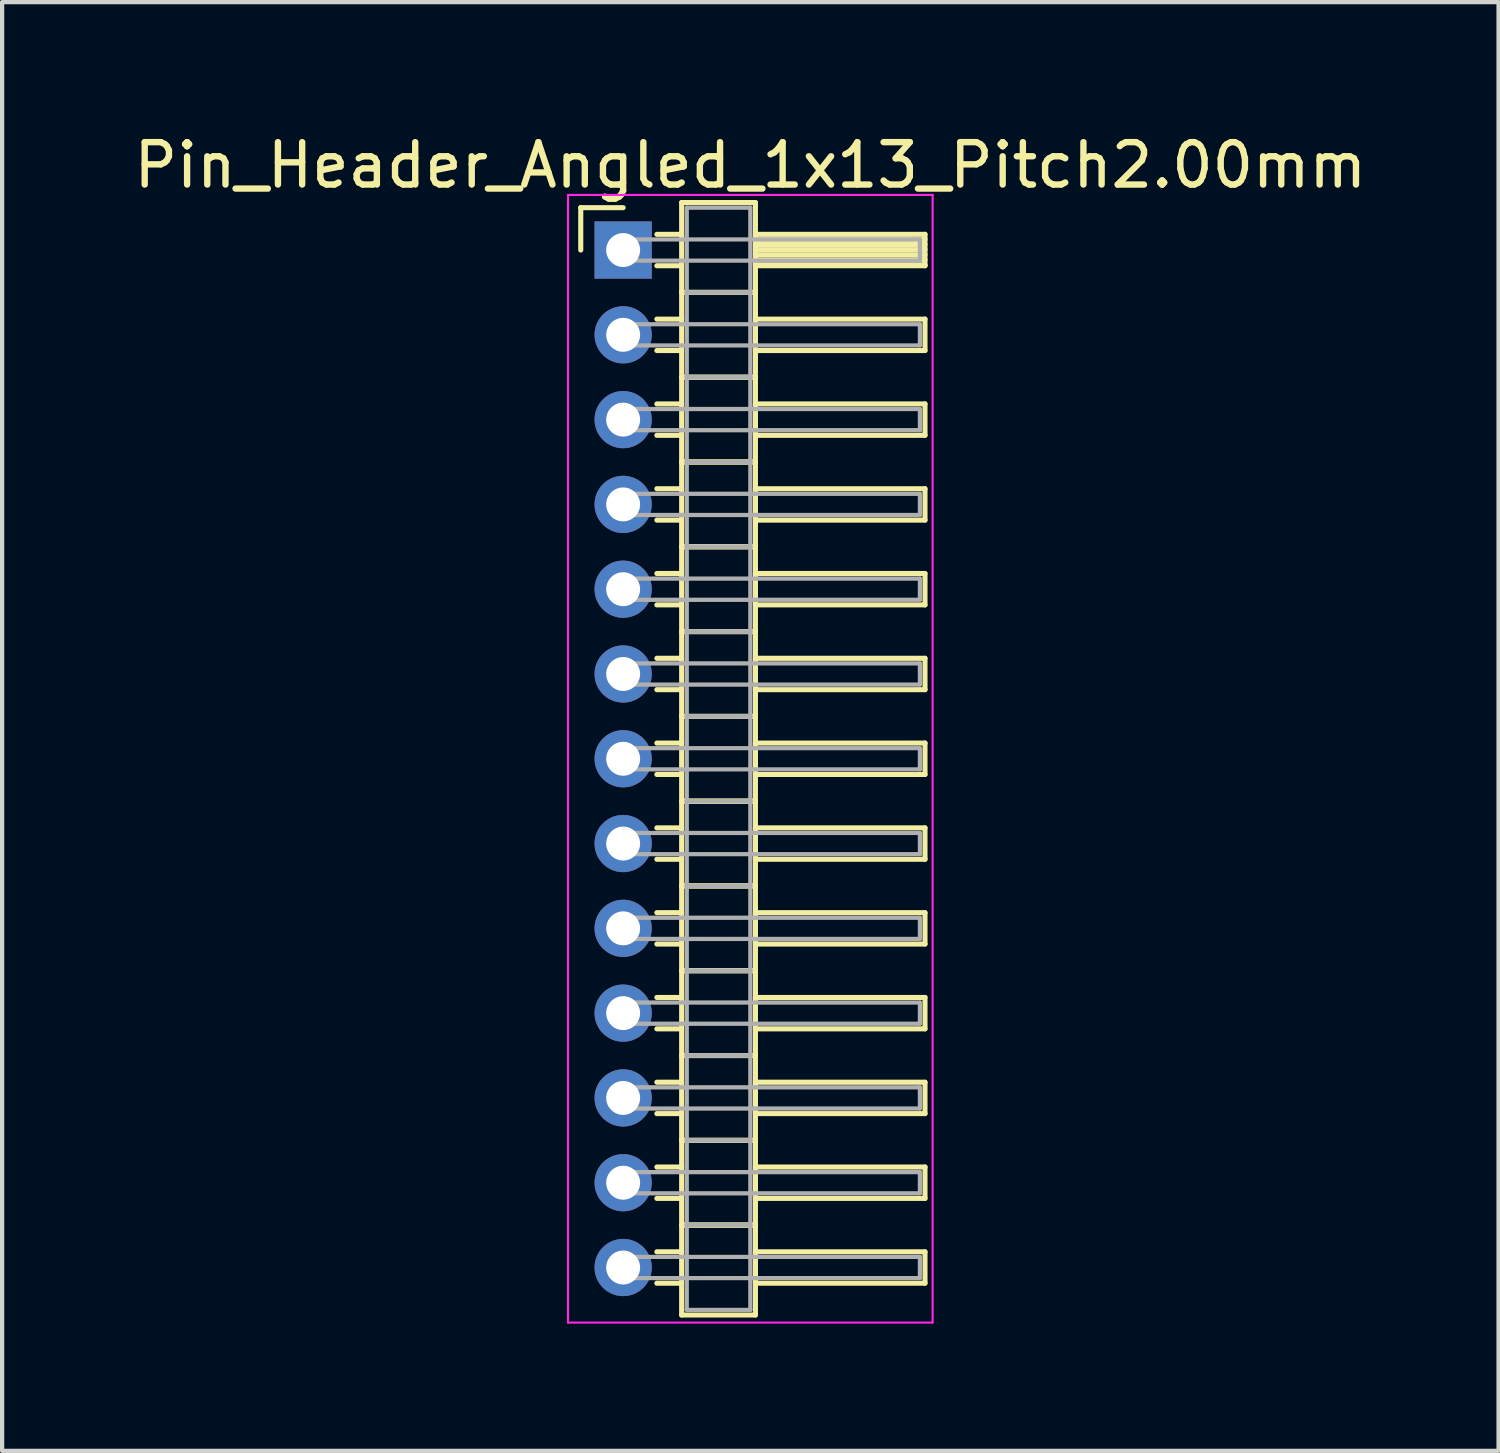
<source format=kicad_pcb>
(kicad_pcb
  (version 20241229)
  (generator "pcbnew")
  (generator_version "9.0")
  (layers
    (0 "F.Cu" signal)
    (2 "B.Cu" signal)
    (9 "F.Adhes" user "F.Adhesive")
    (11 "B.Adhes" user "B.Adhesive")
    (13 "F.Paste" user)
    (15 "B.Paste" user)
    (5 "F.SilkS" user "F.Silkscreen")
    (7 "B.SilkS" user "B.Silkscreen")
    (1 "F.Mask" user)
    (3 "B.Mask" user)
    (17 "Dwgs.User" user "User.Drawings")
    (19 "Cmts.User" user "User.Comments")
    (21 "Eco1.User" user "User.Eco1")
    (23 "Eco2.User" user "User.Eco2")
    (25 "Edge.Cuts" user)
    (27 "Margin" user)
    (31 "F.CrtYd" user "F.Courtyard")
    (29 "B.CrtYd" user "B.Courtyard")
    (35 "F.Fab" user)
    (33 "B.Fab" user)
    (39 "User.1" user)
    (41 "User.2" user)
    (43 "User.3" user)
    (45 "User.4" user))
  (footprint "Pin_Header_Angled_1x13_Pitch2.00mm"
    (layer "F.Cu")
    (at 11.649 2.848)
    (property "Reference" "Pin_Header_Angled_1x13_Pitch2.00mm" (at 3 -2 0) (layer "F.SilkS") (effects (font (size 1 1) (thickness 0.15))))
    (attr through_hole)
    (fp_line (start -1 -1) (end 0 -1) (stroke (width 0.12) (type solid)) (layer "F.SilkS"))
    (fp_line (start -1 0) (end -1 -1) (stroke (width 0.12) (type solid)) (layer "F.SilkS"))
    (fp_line (start 0.795 -0.37) (end 1.38 -0.37) (stroke (width 0.12) (type solid)) (layer "F.SilkS"))
    (fp_line (start 0.795 0.37) (end 1.38 0.37) (stroke (width 0.12) (type solid)) (layer "F.SilkS"))
    (fp_line (start 0.795 1.63) (end 1.38 1.63) (stroke (width 0.12) (type solid)) (layer "F.SilkS"))
    (fp_line (start 0.795 2.37) (end 1.38 2.37) (stroke (width 0.12) (type solid)) (layer "F.SilkS"))
    (fp_line (start 0.795 3.63) (end 1.38 3.63) (stroke (width 0.12) (type solid)) (layer "F.SilkS"))
    (fp_line (start 0.795 4.37) (end 1.38 4.37) (stroke (width 0.12) (type solid)) (layer "F.SilkS"))
    (fp_line (start 0.795 5.63) (end 1.38 5.63) (stroke (width 0.12) (type solid)) (layer "F.SilkS"))
    (fp_line (start 0.795 6.37) (end 1.38 6.37) (stroke (width 0.12) (type solid)) (layer "F.SilkS"))
    (fp_line (start 0.795 7.63) (end 1.38 7.63) (stroke (width 0.12) (type solid)) (layer "F.SilkS"))
    (fp_line (start 0.795 8.37) (end 1.38 8.37) (stroke (width 0.12) (type solid)) (layer "F.SilkS"))
    (fp_line (start 0.795 9.63) (end 1.38 9.63) (stroke (width 0.12) (type solid)) (layer "F.SilkS"))
    (fp_line (start 0.795 10.37) (end 1.38 10.37) (stroke (width 0.12) (type solid)) (layer "F.SilkS"))
    (fp_line (start 0.795 11.63) (end 1.38 11.63) (stroke (width 0.12) (type solid)) (layer "F.SilkS"))
    (fp_line (start 0.795 12.37) (end 1.38 12.37) (stroke (width 0.12) (type solid)) (layer "F.SilkS"))
    (fp_line (start 0.795 13.63) (end 1.38 13.63) (stroke (width 0.12) (type solid)) (layer "F.SilkS"))
    (fp_line (start 0.795 14.37) (end 1.38 14.37) (stroke (width 0.12) (type solid)) (layer "F.SilkS"))
    (fp_line (start 0.795 15.63) (end 1.38 15.63) (stroke (width 0.12) (type solid)) (layer "F.SilkS"))
    (fp_line (start 0.795 16.37) (end 1.38 16.37) (stroke (width 0.12) (type solid)) (layer "F.SilkS"))
    (fp_line (start 0.795 17.63) (end 1.38 17.63) (stroke (width 0.12) (type solid)) (layer "F.SilkS"))
    (fp_line (start 0.795 18.37) (end 1.38 18.37) (stroke (width 0.12) (type solid)) (layer "F.SilkS"))
    (fp_line (start 0.795 19.63) (end 1.38 19.63) (stroke (width 0.12) (type solid)) (layer "F.SilkS"))
    (fp_line (start 0.795 20.37) (end 1.38 20.37) (stroke (width 0.12) (type solid)) (layer "F.SilkS"))
    (fp_line (start 0.795 21.63) (end 1.38 21.63) (stroke (width 0.12) (type solid)) (layer "F.SilkS"))
    (fp_line (start 0.795 22.37) (end 1.38 22.37) (stroke (width 0.12) (type solid)) (layer "F.SilkS"))
    (fp_line (start 0.795 23.63) (end 1.38 23.63) (stroke (width 0.12) (type solid)) (layer "F.SilkS"))
    (fp_line (start 0.795 24.37) (end 1.38 24.37) (stroke (width 0.12) (type solid)) (layer "F.SilkS"))
    (fp_line (start 1.38 -1.12) (end 1.38 1) (stroke (width 0.12) (type solid)) (layer "F.SilkS"))
    (fp_line (start 1.38 1) (end 1.38 3) (stroke (width 0.12) (type solid)) (layer "F.SilkS"))
    (fp_line (start 1.38 1) (end 3.12 1) (stroke (width 0.12) (type solid)) (layer "F.SilkS"))
    (fp_line (start 1.38 3) (end 1.38 5) (stroke (width 0.12) (type solid)) (layer "F.SilkS"))
    (fp_line (start 1.38 3) (end 3.12 3) (stroke (width 0.12) (type solid)) (layer "F.SilkS"))
    (fp_line (start 1.38 5) (end 1.38 7) (stroke (width 0.12) (type solid)) (layer "F.SilkS"))
    (fp_line (start 1.38 5) (end 3.12 5) (stroke (width 0.12) (type solid)) (layer "F.SilkS"))
    (fp_line (start 1.38 7) (end 1.38 9) (stroke (width 0.12) (type solid)) (layer "F.SilkS"))
    (fp_line (start 1.38 7) (end 3.12 7) (stroke (width 0.12) (type solid)) (layer "F.SilkS"))
    (fp_line (start 1.38 9) (end 1.38 11) (stroke (width 0.12) (type solid)) (layer "F.SilkS"))
    (fp_line (start 1.38 9) (end 3.12 9) (stroke (width 0.12) (type solid)) (layer "F.SilkS"))
    (fp_line (start 1.38 11) (end 1.38 13) (stroke (width 0.12) (type solid)) (layer "F.SilkS"))
    (fp_line (start 1.38 11) (end 3.12 11) (stroke (width 0.12) (type solid)) (layer "F.SilkS"))
    (fp_line (start 1.38 13) (end 1.38 15) (stroke (width 0.12) (type solid)) (layer "F.SilkS"))
    (fp_line (start 1.38 13) (end 3.12 13) (stroke (width 0.12) (type solid)) (layer "F.SilkS"))
    (fp_line (start 1.38 15) (end 1.38 17) (stroke (width 0.12) (type solid)) (layer "F.SilkS"))
    (fp_line (start 1.38 15) (end 3.12 15) (stroke (width 0.12) (type solid)) (layer "F.SilkS"))
    (fp_line (start 1.38 17) (end 1.38 19) (stroke (width 0.12) (type solid)) (layer "F.SilkS"))
    (fp_line (start 1.38 17) (end 3.12 17) (stroke (width 0.12) (type solid)) (layer "F.SilkS"))
    (fp_line (start 1.38 19) (end 1.38 21) (stroke (width 0.12) (type solid)) (layer "F.SilkS"))
    (fp_line (start 1.38 19) (end 3.12 19) (stroke (width 0.12) (type solid)) (layer "F.SilkS"))
    (fp_line (start 1.38 21) (end 1.38 23) (stroke (width 0.12) (type solid)) (layer "F.SilkS"))
    (fp_line (start 1.38 21) (end 3.12 21) (stroke (width 0.12) (type solid)) (layer "F.SilkS"))
    (fp_line (start 1.38 23) (end 1.38 25.12) (stroke (width 0.12) (type solid)) (layer "F.SilkS"))
    (fp_line (start 1.38 23) (end 3.12 23) (stroke (width 0.12) (type solid)) (layer "F.SilkS"))
    (fp_line (start 1.38 25.12) (end 3.12 25.12) (stroke (width 0.12) (type solid)) (layer "F.SilkS"))
    (fp_line (start 3.12 -1.12) (end 1.38 -1.12) (stroke (width 0.12) (type solid)) (layer "F.SilkS"))
    (fp_line (start 3.12 -0.37) (end 3.12 0.37) (stroke (width 0.12) (type solid)) (layer "F.SilkS"))
    (fp_line (start 3.12 -0.25) (end 7.12 -0.25) (stroke (width 0.12) (type solid)) (layer "F.SilkS"))
    (fp_line (start 3.12 -0.13) (end 7.12 -0.13) (stroke (width 0.12) (type solid)) (layer "F.SilkS"))
    (fp_line (start 3.12 -0.01) (end 7.12 -0.01) (stroke (width 0.12) (type solid)) (layer "F.SilkS"))
    (fp_line (start 3.12 0.11) (end 7.12 0.11) (stroke (width 0.12) (type solid)) (layer "F.SilkS"))
    (fp_line (start 3.12 0.23) (end 7.12 0.23) (stroke (width 0.12) (type solid)) (layer "F.SilkS"))
    (fp_line (start 3.12 0.35) (end 7.12 0.35) (stroke (width 0.12) (type solid)) (layer "F.SilkS"))
    (fp_line (start 3.12 0.37) (end 7.12 0.37) (stroke (width 0.12) (type solid)) (layer "F.SilkS"))
    (fp_line (start 3.12 1) (end 1.38 1) (stroke (width 0.12) (type solid)) (layer "F.SilkS"))
    (fp_line (start 3.12 1) (end 3.12 -1.12) (stroke (width 0.12) (type solid)) (layer "F.SilkS"))
    (fp_line (start 3.12 1.63) (end 3.12 2.37) (stroke (width 0.12) (type solid)) (layer "F.SilkS"))
    (fp_line (start 3.12 2.37) (end 7.12 2.37) (stroke (width 0.12) (type solid)) (layer "F.SilkS"))
    (fp_line (start 3.12 3) (end 1.38 3) (stroke (width 0.12) (type solid)) (layer "F.SilkS"))
    (fp_line (start 3.12 3) (end 3.12 1) (stroke (width 0.12) (type solid)) (layer "F.SilkS"))
    (fp_line (start 3.12 3.63) (end 3.12 4.37) (stroke (width 0.12) (type solid)) (layer "F.SilkS"))
    (fp_line (start 3.12 4.37) (end 7.12 4.37) (stroke (width 0.12) (type solid)) (layer "F.SilkS"))
    (fp_line (start 3.12 5) (end 1.38 5) (stroke (width 0.12) (type solid)) (layer "F.SilkS"))
    (fp_line (start 3.12 5) (end 3.12 3) (stroke (width 0.12) (type solid)) (layer "F.SilkS"))
    (fp_line (start 3.12 5.63) (end 3.12 6.37) (stroke (width 0.12) (type solid)) (layer "F.SilkS"))
    (fp_line (start 3.12 6.37) (end 7.12 6.37) (stroke (width 0.12) (type solid)) (layer "F.SilkS"))
    (fp_line (start 3.12 7) (end 1.38 7) (stroke (width 0.12) (type solid)) (layer "F.SilkS"))
    (fp_line (start 3.12 7) (end 3.12 5) (stroke (width 0.12) (type solid)) (layer "F.SilkS"))
    (fp_line (start 3.12 7.63) (end 3.12 8.37) (stroke (width 0.12) (type solid)) (layer "F.SilkS"))
    (fp_line (start 3.12 8.37) (end 7.12 8.37) (stroke (width 0.12) (type solid)) (layer "F.SilkS"))
    (fp_line (start 3.12 9) (end 1.38 9) (stroke (width 0.12) (type solid)) (layer "F.SilkS"))
    (fp_line (start 3.12 9) (end 3.12 7) (stroke (width 0.12) (type solid)) (layer "F.SilkS"))
    (fp_line (start 3.12 9.63) (end 3.12 10.37) (stroke (width 0.12) (type solid)) (layer "F.SilkS"))
    (fp_line (start 3.12 10.37) (end 7.12 10.37) (stroke (width 0.12) (type solid)) (layer "F.SilkS"))
    (fp_line (start 3.12 11) (end 1.38 11) (stroke (width 0.12) (type solid)) (layer "F.SilkS"))
    (fp_line (start 3.12 11) (end 3.12 9) (stroke (width 0.12) (type solid)) (layer "F.SilkS"))
    (fp_line (start 3.12 11.63) (end 3.12 12.37) (stroke (width 0.12) (type solid)) (layer "F.SilkS"))
    (fp_line (start 3.12 12.37) (end 7.12 12.37) (stroke (width 0.12) (type solid)) (layer "F.SilkS"))
    (fp_line (start 3.12 13) (end 1.38 13) (stroke (width 0.12) (type solid)) (layer "F.SilkS"))
    (fp_line (start 3.12 13) (end 3.12 11) (stroke (width 0.12) (type solid)) (layer "F.SilkS"))
    (fp_line (start 3.12 13.63) (end 3.12 14.37) (stroke (width 0.12) (type solid)) (layer "F.SilkS"))
    (fp_line (start 3.12 14.37) (end 7.12 14.37) (stroke (width 0.12) (type solid)) (layer "F.SilkS"))
    (fp_line (start 3.12 15) (end 1.38 15) (stroke (width 0.12) (type solid)) (layer "F.SilkS"))
    (fp_line (start 3.12 15) (end 3.12 13) (stroke (width 0.12) (type solid)) (layer "F.SilkS"))
    (fp_line (start 3.12 15.63) (end 3.12 16.37) (stroke (width 0.12) (type solid)) (layer "F.SilkS"))
    (fp_line (start 3.12 16.37) (end 7.12 16.37) (stroke (width 0.12) (type solid)) (layer "F.SilkS"))
    (fp_line (start 3.12 17) (end 1.38 17) (stroke (width 0.12) (type solid)) (layer "F.SilkS"))
    (fp_line (start 3.12 17) (end 3.12 15) (stroke (width 0.12) (type solid)) (layer "F.SilkS"))
    (fp_line (start 3.12 17.63) (end 3.12 18.37) (stroke (width 0.12) (type solid)) (layer "F.SilkS"))
    (fp_line (start 3.12 18.37) (end 7.12 18.37) (stroke (width 0.12) (type solid)) (layer "F.SilkS"))
    (fp_line (start 3.12 19) (end 1.38 19) (stroke (width 0.12) (type solid)) (layer "F.SilkS"))
    (fp_line (start 3.12 19) (end 3.12 17) (stroke (width 0.12) (type solid)) (layer "F.SilkS"))
    (fp_line (start 3.12 19.63) (end 3.12 20.37) (stroke (width 0.12) (type solid)) (layer "F.SilkS"))
    (fp_line (start 3.12 20.37) (end 7.12 20.37) (stroke (width 0.12) (type solid)) (layer "F.SilkS"))
    (fp_line (start 3.12 21) (end 1.38 21) (stroke (width 0.12) (type solid)) (layer "F.SilkS"))
    (fp_line (start 3.12 21) (end 3.12 19) (stroke (width 0.12) (type solid)) (layer "F.SilkS"))
    (fp_line (start 3.12 21.63) (end 3.12 22.37) (stroke (width 0.12) (type solid)) (layer "F.SilkS"))
    (fp_line (start 3.12 22.37) (end 7.12 22.37) (stroke (width 0.12) (type solid)) (layer "F.SilkS"))
    (fp_line (start 3.12 23) (end 1.38 23) (stroke (width 0.12) (type solid)) (layer "F.SilkS"))
    (fp_line (start 3.12 23) (end 3.12 21) (stroke (width 0.12) (type solid)) (layer "F.SilkS"))
    (fp_line (start 3.12 23.63) (end 3.12 24.37) (stroke (width 0.12) (type solid)) (layer "F.SilkS"))
    (fp_line (start 3.12 24.37) (end 7.12 24.37) (stroke (width 0.12) (type solid)) (layer "F.SilkS"))
    (fp_line (start 3.12 25.12) (end 3.12 23) (stroke (width 0.12) (type solid)) (layer "F.SilkS"))
    (fp_line (start 7.12 -0.37) (end 3.12 -0.37) (stroke (width 0.12) (type solid)) (layer "F.SilkS"))
    (fp_line (start 7.12 0.37) (end 7.12 -0.37) (stroke (width 0.12) (type solid)) (layer "F.SilkS"))
    (fp_line (start 7.12 1.63) (end 3.12 1.63) (stroke (width 0.12) (type solid)) (layer "F.SilkS"))
    (fp_line (start 7.12 2.37) (end 7.12 1.63) (stroke (width 0.12) (type solid)) (layer "F.SilkS"))
    (fp_line (start 7.12 3.63) (end 3.12 3.63) (stroke (width 0.12) (type solid)) (layer "F.SilkS"))
    (fp_line (start 7.12 4.37) (end 7.12 3.63) (stroke (width 0.12) (type solid)) (layer "F.SilkS"))
    (fp_line (start 7.12 5.63) (end 3.12 5.63) (stroke (width 0.12) (type solid)) (layer "F.SilkS"))
    (fp_line (start 7.12 6.37) (end 7.12 5.63) (stroke (width 0.12) (type solid)) (layer "F.SilkS"))
    (fp_line (start 7.12 7.63) (end 3.12 7.63) (stroke (width 0.12) (type solid)) (layer "F.SilkS"))
    (fp_line (start 7.12 8.37) (end 7.12 7.63) (stroke (width 0.12) (type solid)) (layer "F.SilkS"))
    (fp_line (start 7.12 9.63) (end 3.12 9.63) (stroke (width 0.12) (type solid)) (layer "F.SilkS"))
    (fp_line (start 7.12 10.37) (end 7.12 9.63) (stroke (width 0.12) (type solid)) (layer "F.SilkS"))
    (fp_line (start 7.12 11.63) (end 3.12 11.63) (stroke (width 0.12) (type solid)) (layer "F.SilkS"))
    (fp_line (start 7.12 12.37) (end 7.12 11.63) (stroke (width 0.12) (type solid)) (layer "F.SilkS"))
    (fp_line (start 7.12 13.63) (end 3.12 13.63) (stroke (width 0.12) (type solid)) (layer "F.SilkS"))
    (fp_line (start 7.12 14.37) (end 7.12 13.63) (stroke (width 0.12) (type solid)) (layer "F.SilkS"))
    (fp_line (start 7.12 15.63) (end 3.12 15.63) (stroke (width 0.12) (type solid)) (layer "F.SilkS"))
    (fp_line (start 7.12 16.37) (end 7.12 15.63) (stroke (width 0.12) (type solid)) (layer "F.SilkS"))
    (fp_line (start 7.12 17.63) (end 3.12 17.63) (stroke (width 0.12) (type solid)) (layer "F.SilkS"))
    (fp_line (start 7.12 18.37) (end 7.12 17.63) (stroke (width 0.12) (type solid)) (layer "F.SilkS"))
    (fp_line (start 7.12 19.63) (end 3.12 19.63) (stroke (width 0.12) (type solid)) (layer "F.SilkS"))
    (fp_line (start 7.12 20.37) (end 7.12 19.63) (stroke (width 0.12) (type solid)) (layer "F.SilkS"))
    (fp_line (start 7.12 21.63) (end 3.12 21.63) (stroke (width 0.12) (type solid)) (layer "F.SilkS"))
    (fp_line (start 7.12 22.37) (end 7.12 21.63) (stroke (width 0.12) (type solid)) (layer "F.SilkS"))
    (fp_line (start 7.12 23.63) (end 3.12 23.63) (stroke (width 0.12) (type solid)) (layer "F.SilkS"))
    (fp_line (start 7.12 24.37) (end 7.12 23.63) (stroke (width 0.12) (type solid)) (layer "F.SilkS"))
    (fp_line (start -1.3 -1.3) (end -1.3 25.3) (stroke (width 0.05) (type solid)) (layer "F.CrtYd"))
    (fp_line (start -1.3 25.3) (end 7.3 25.3) (stroke (width 0.05) (type solid)) (layer "F.CrtYd"))
    (fp_line (start 7.3 -1.3) (end -1.3 -1.3) (stroke (width 0.05) (type solid)) (layer "F.CrtYd"))
    (fp_line (start 7.3 25.3) (end 7.3 -1.3) (stroke (width 0.05) (type solid)) (layer "F.CrtYd"))
    (fp_line (start 0 -0.25) (end 0 0.25) (stroke (width 0.1) (type solid)) (layer "F.Fab"))
    (fp_line (start 0 0.25) (end 7 0.25) (stroke (width 0.1) (type solid)) (layer "F.Fab"))
    (fp_line (start 0 1.75) (end 0 2.25) (stroke (width 0.1) (type solid)) (layer "F.Fab"))
    (fp_line (start 0 2.25) (end 7 2.25) (stroke (width 0.1) (type solid)) (layer "F.Fab"))
    (fp_line (start 0 3.75) (end 0 4.25) (stroke (width 0.1) (type solid)) (layer "F.Fab"))
    (fp_line (start 0 4.25) (end 7 4.25) (stroke (width 0.1) (type solid)) (layer "F.Fab"))
    (fp_line (start 0 5.75) (end 0 6.25) (stroke (width 0.1) (type solid)) (layer "F.Fab"))
    (fp_line (start 0 6.25) (end 7 6.25) (stroke (width 0.1) (type solid)) (layer "F.Fab"))
    (fp_line (start 0 7.75) (end 0 8.25) (stroke (width 0.1) (type solid)) (layer "F.Fab"))
    (fp_line (start 0 8.25) (end 7 8.25) (stroke (width 0.1) (type solid)) (layer "F.Fab"))
    (fp_line (start 0 9.75) (end 0 10.25) (stroke (width 0.1) (type solid)) (layer "F.Fab"))
    (fp_line (start 0 10.25) (end 7 10.25) (stroke (width 0.1) (type solid)) (layer "F.Fab"))
    (fp_line (start 0 11.75) (end 0 12.25) (stroke (width 0.1) (type solid)) (layer "F.Fab"))
    (fp_line (start 0 12.25) (end 7 12.25) (stroke (width 0.1) (type solid)) (layer "F.Fab"))
    (fp_line (start 0 13.75) (end 0 14.25) (stroke (width 0.1) (type solid)) (layer "F.Fab"))
    (fp_line (start 0 14.25) (end 7 14.25) (stroke (width 0.1) (type solid)) (layer "F.Fab"))
    (fp_line (start 0 15.75) (end 0 16.25) (stroke (width 0.1) (type solid)) (layer "F.Fab"))
    (fp_line (start 0 16.25) (end 7 16.25) (stroke (width 0.1) (type solid)) (layer "F.Fab"))
    (fp_line (start 0 17.75) (end 0 18.25) (stroke (width 0.1) (type solid)) (layer "F.Fab"))
    (fp_line (start 0 18.25) (end 7 18.25) (stroke (width 0.1) (type solid)) (layer "F.Fab"))
    (fp_line (start 0 19.75) (end 0 20.25) (stroke (width 0.1) (type solid)) (layer "F.Fab"))
    (fp_line (start 0 20.25) (end 7 20.25) (stroke (width 0.1) (type solid)) (layer "F.Fab"))
    (fp_line (start 0 21.75) (end 0 22.25) (stroke (width 0.1) (type solid)) (layer "F.Fab"))
    (fp_line (start 0 22.25) (end 7 22.25) (stroke (width 0.1) (type solid)) (layer "F.Fab"))
    (fp_line (start 0 23.75) (end 0 24.25) (stroke (width 0.1) (type solid)) (layer "F.Fab"))
    (fp_line (start 0 24.25) (end 7 24.25) (stroke (width 0.1) (type solid)) (layer "F.Fab"))
    (fp_line (start 1.5 -1) (end 1.5 1) (stroke (width 0.1) (type solid)) (layer "F.Fab"))
    (fp_line (start 1.5 1) (end 1.5 3) (stroke (width 0.1) (type solid)) (layer "F.Fab"))
    (fp_line (start 1.5 1) (end 3 1) (stroke (width 0.1) (type solid)) (layer "F.Fab"))
    (fp_line (start 1.5 3) (end 1.5 5) (stroke (width 0.1) (type solid)) (layer "F.Fab"))
    (fp_line (start 1.5 3) (end 3 3) (stroke (width 0.1) (type solid)) (layer "F.Fab"))
    (fp_line (start 1.5 5) (end 1.5 7) (stroke (width 0.1) (type solid)) (layer "F.Fab"))
    (fp_line (start 1.5 5) (end 3 5) (stroke (width 0.1) (type solid)) (layer "F.Fab"))
    (fp_line (start 1.5 7) (end 1.5 9) (stroke (width 0.1) (type solid)) (layer "F.Fab"))
    (fp_line (start 1.5 7) (end 3 7) (stroke (width 0.1) (type solid)) (layer "F.Fab"))
    (fp_line (start 1.5 9) (end 1.5 11) (stroke (width 0.1) (type solid)) (layer "F.Fab"))
    (fp_line (start 1.5 9) (end 3 9) (stroke (width 0.1) (type solid)) (layer "F.Fab"))
    (fp_line (start 1.5 11) (end 1.5 13) (stroke (width 0.1) (type solid)) (layer "F.Fab"))
    (fp_line (start 1.5 11) (end 3 11) (stroke (width 0.1) (type solid)) (layer "F.Fab"))
    (fp_line (start 1.5 13) (end 1.5 15) (stroke (width 0.1) (type solid)) (layer "F.Fab"))
    (fp_line (start 1.5 13) (end 3 13) (stroke (width 0.1) (type solid)) (layer "F.Fab"))
    (fp_line (start 1.5 15) (end 1.5 17) (stroke (width 0.1) (type solid)) (layer "F.Fab"))
    (fp_line (start 1.5 15) (end 3 15) (stroke (width 0.1) (type solid)) (layer "F.Fab"))
    (fp_line (start 1.5 17) (end 1.5 19) (stroke (width 0.1) (type solid)) (layer "F.Fab"))
    (fp_line (start 1.5 17) (end 3 17) (stroke (width 0.1) (type solid)) (layer "F.Fab"))
    (fp_line (start 1.5 19) (end 1.5 21) (stroke (width 0.1) (type solid)) (layer "F.Fab"))
    (fp_line (start 1.5 19) (end 3 19) (stroke (width 0.1) (type solid)) (layer "F.Fab"))
    (fp_line (start 1.5 21) (end 1.5 23) (stroke (width 0.1) (type solid)) (layer "F.Fab"))
    (fp_line (start 1.5 21) (end 3 21) (stroke (width 0.1) (type solid)) (layer "F.Fab"))
    (fp_line (start 1.5 23) (end 1.5 25) (stroke (width 0.1) (type solid)) (layer "F.Fab"))
    (fp_line (start 1.5 23) (end 3 23) (stroke (width 0.1) (type solid)) (layer "F.Fab"))
    (fp_line (start 1.5 25) (end 3 25) (stroke (width 0.1) (type solid)) (layer "F.Fab"))
    (fp_line (start 3 -1) (end 1.5 -1) (stroke (width 0.1) (type solid)) (layer "F.Fab"))
    (fp_line (start 3 1) (end 1.5 1) (stroke (width 0.1) (type solid)) (layer "F.Fab"))
    (fp_line (start 3 1) (end 3 -1) (stroke (width 0.1) (type solid)) (layer "F.Fab"))
    (fp_line (start 3 3) (end 1.5 3) (stroke (width 0.1) (type solid)) (layer "F.Fab"))
    (fp_line (start 3 3) (end 3 1) (stroke (width 0.1) (type solid)) (layer "F.Fab"))
    (fp_line (start 3 5) (end 1.5 5) (stroke (width 0.1) (type solid)) (layer "F.Fab"))
    (fp_line (start 3 5) (end 3 3) (stroke (width 0.1) (type solid)) (layer "F.Fab"))
    (fp_line (start 3 7) (end 1.5 7) (stroke (width 0.1) (type solid)) (layer "F.Fab"))
    (fp_line (start 3 7) (end 3 5) (stroke (width 0.1) (type solid)) (layer "F.Fab"))
    (fp_line (start 3 9) (end 1.5 9) (stroke (width 0.1) (type solid)) (layer "F.Fab"))
    (fp_line (start 3 9) (end 3 7) (stroke (width 0.1) (type solid)) (layer "F.Fab"))
    (fp_line (start 3 11) (end 1.5 11) (stroke (width 0.1) (type solid)) (layer "F.Fab"))
    (fp_line (start 3 11) (end 3 9) (stroke (width 0.1) (type solid)) (layer "F.Fab"))
    (fp_line (start 3 13) (end 1.5 13) (stroke (width 0.1) (type solid)) (layer "F.Fab"))
    (fp_line (start 3 13) (end 3 11) (stroke (width 0.1) (type solid)) (layer "F.Fab"))
    (fp_line (start 3 15) (end 1.5 15) (stroke (width 0.1) (type solid)) (layer "F.Fab"))
    (fp_line (start 3 15) (end 3 13) (stroke (width 0.1) (type solid)) (layer "F.Fab"))
    (fp_line (start 3 17) (end 1.5 17) (stroke (width 0.1) (type solid)) (layer "F.Fab"))
    (fp_line (start 3 17) (end 3 15) (stroke (width 0.1) (type solid)) (layer "F.Fab"))
    (fp_line (start 3 19) (end 1.5 19) (stroke (width 0.1) (type solid)) (layer "F.Fab"))
    (fp_line (start 3 19) (end 3 17) (stroke (width 0.1) (type solid)) (layer "F.Fab"))
    (fp_line (start 3 21) (end 1.5 21) (stroke (width 0.1) (type solid)) (layer "F.Fab"))
    (fp_line (start 3 21) (end 3 19) (stroke (width 0.1) (type solid)) (layer "F.Fab"))
    (fp_line (start 3 23) (end 1.5 23) (stroke (width 0.1) (type solid)) (layer "F.Fab"))
    (fp_line (start 3 23) (end 3 21) (stroke (width 0.1) (type solid)) (layer "F.Fab"))
    (fp_line (start 3 25) (end 3 23) (stroke (width 0.1) (type solid)) (layer "F.Fab"))
    (fp_line (start 7 -0.25) (end 0 -0.25) (stroke (width 0.1) (type solid)) (layer "F.Fab"))
    (fp_line (start 7 0.25) (end 7 -0.25) (stroke (width 0.1) (type solid)) (layer "F.Fab"))
    (fp_line (start 7 1.75) (end 0 1.75) (stroke (width 0.1) (type solid)) (layer "F.Fab"))
    (fp_line (start 7 2.25) (end 7 1.75) (stroke (width 0.1) (type solid)) (layer "F.Fab"))
    (fp_line (start 7 3.75) (end 0 3.75) (stroke (width 0.1) (type solid)) (layer "F.Fab"))
    (fp_line (start 7 4.25) (end 7 3.75) (stroke (width 0.1) (type solid)) (layer "F.Fab"))
    (fp_line (start 7 5.75) (end 0 5.75) (stroke (width 0.1) (type solid)) (layer "F.Fab"))
    (fp_line (start 7 6.25) (end 7 5.75) (stroke (width 0.1) (type solid)) (layer "F.Fab"))
    (fp_line (start 7 7.75) (end 0 7.75) (stroke (width 0.1) (type solid)) (layer "F.Fab"))
    (fp_line (start 7 8.25) (end 7 7.75) (stroke (width 0.1) (type solid)) (layer "F.Fab"))
    (fp_line (start 7 9.75) (end 0 9.75) (stroke (width 0.1) (type solid)) (layer "F.Fab"))
    (fp_line (start 7 10.25) (end 7 9.75) (stroke (width 0.1) (type solid)) (layer "F.Fab"))
    (fp_line (start 7 11.75) (end 0 11.75) (stroke (width 0.1) (type solid)) (layer "F.Fab"))
    (fp_line (start 7 12.25) (end 7 11.75) (stroke (width 0.1) (type solid)) (layer "F.Fab"))
    (fp_line (start 7 13.75) (end 0 13.75) (stroke (width 0.1) (type solid)) (layer "F.Fab"))
    (fp_line (start 7 14.25) (end 7 13.75) (stroke (width 0.1) (type solid)) (layer "F.Fab"))
    (fp_line (start 7 15.75) (end 0 15.75) (stroke (width 0.1) (type solid)) (layer "F.Fab"))
    (fp_line (start 7 16.25) (end 7 15.75) (stroke (width 0.1) (type solid)) (layer "F.Fab"))
    (fp_line (start 7 17.75) (end 0 17.75) (stroke (width 0.1) (type solid)) (layer "F.Fab"))
    (fp_line (start 7 18.25) (end 7 17.75) (stroke (width 0.1) (type solid)) (layer "F.Fab"))
    (fp_line (start 7 19.75) (end 0 19.75) (stroke (width 0.1) (type solid)) (layer "F.Fab"))
    (fp_line (start 7 20.25) (end 7 19.75) (stroke (width 0.1) (type solid)) (layer "F.Fab"))
    (fp_line (start 7 21.75) (end 0 21.75) (stroke (width 0.1) (type solid)) (layer "F.Fab"))
    (fp_line (start 7 22.25) (end 7 21.75) (stroke (width 0.1) (type solid)) (layer "F.Fab"))
    (fp_line (start 7 23.75) (end 0 23.75) (stroke (width 0.1) (type solid)) (layer "F.Fab"))
    (fp_line (start 7 24.25) (end 7 23.75) (stroke (width 0.1) (type solid)) (layer "F.Fab"))
    (pad "1" thru_hole rect (at 0 0) (size 1.35 1.35) (drill 0.8) (layers "*.Cu" "*.Mask"))
    (pad "2" thru_hole oval (at 0 2) (size 1.35 1.35) (drill 0.8) (layers "*.Cu" "*.Mask"))
    (pad "3" thru_hole oval (at 0 4) (size 1.35 1.35) (drill 0.8) (layers "*.Cu" "*.Mask"))
    (pad "4" thru_hole oval (at 0 6) (size 1.35 1.35) (drill 0.8) (layers "*.Cu" "*.Mask"))
    (pad "5" thru_hole oval (at 0 8) (size 1.35 1.35) (drill 0.8) (layers "*.Cu" "*.Mask"))
    (pad "6" thru_hole oval (at 0 10) (size 1.35 1.35) (drill 0.8) (layers "*.Cu" "*.Mask"))
    (pad "7" thru_hole oval (at 0 12) (size 1.35 1.35) (drill 0.8) (layers "*.Cu" "*.Mask"))
    (pad "8" thru_hole oval (at 0 14) (size 1.35 1.35) (drill 0.8) (layers "*.Cu" "*.Mask"))
    (pad "9" thru_hole oval (at 0 16) (size 1.35 1.35) (drill 0.8) (layers "*.Cu" "*.Mask"))
    (pad "10" thru_hole oval (at 0 18) (size 1.35 1.35) (drill 0.8) (layers "*.Cu" "*.Mask"))
    (pad "11" thru_hole oval (at 0 20) (size 1.35 1.35) (drill 0.8) (layers "*.Cu" "*.Mask"))
    (pad "12" thru_hole oval (at 0 22) (size 1.35 1.35) (drill 0.8) (layers "*.Cu" "*.Mask"))
    (pad "13" thru_hole oval (at 0 24) (size 1.35 1.35) (drill 0.8) (layers "*.Cu" "*.Mask")))
  (gr_rect
    (start -3 -3)
    (end 32.298 31.173)
    (stroke (width 0.1) (type default))
    (fill no)
    (layer "Edge.Cuts")))
</source>
